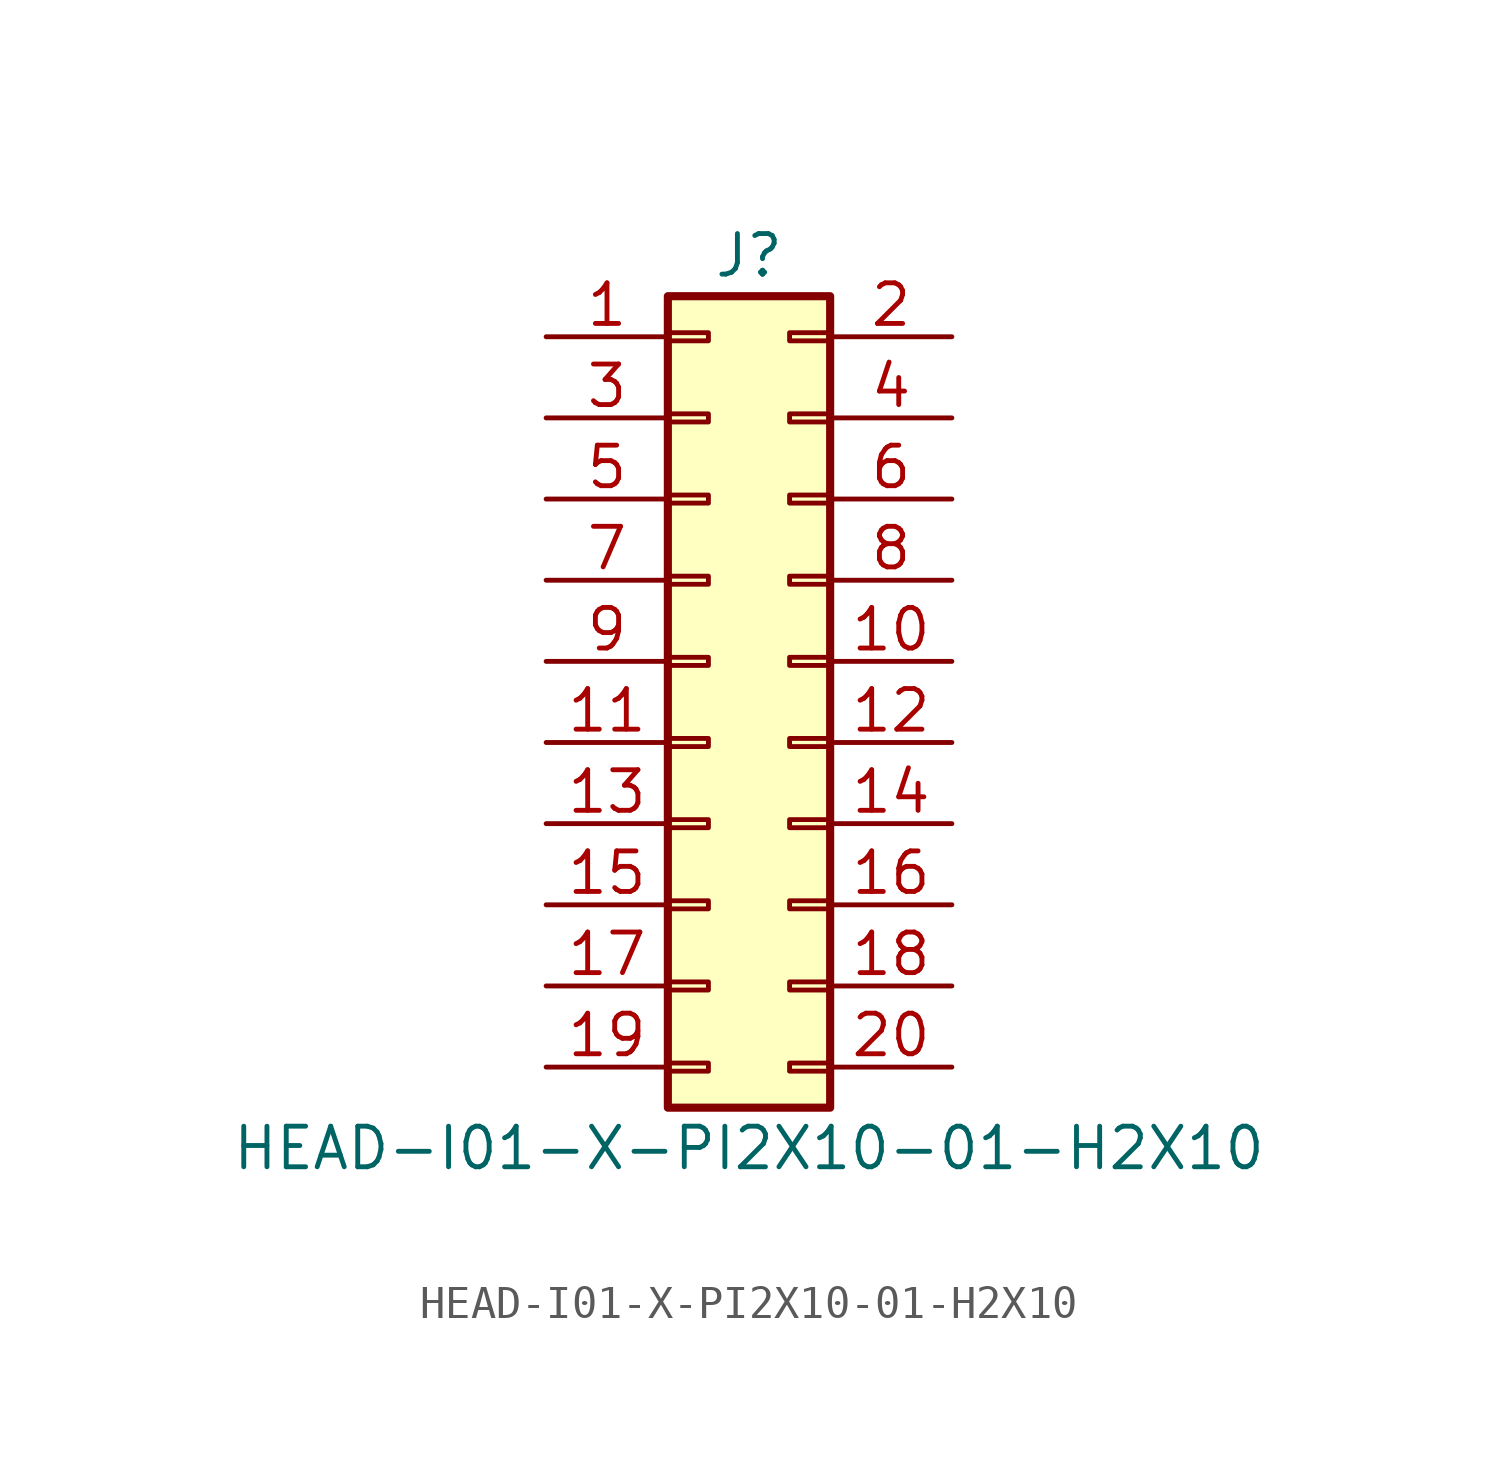
<source format=kicad_sym>
(kicad_symbol_lib
  (version 20211014)
  (generator kicad_symbol_editor)
  (symbol "HEAD-I01-X-PI2X10-01-H2X10"
    (pin_names
      (offset 1.016) hide)
    (property "Reference" "J"
      (at 1.27 12.7 0)
      (effects (font (size 1.27 1.27))))
    (property "Value" "HEAD-I01-X-PI2X10-01-H2X10"
      (at 1.27 -15.24 0)
      (effects (font (size 1.27 1.27))))
    (symbol "HEAD-I01-X-PI2X10-01-H2X10_1_1"
      (rectangle (start -1.27 -12.573) (end 0 -12.827) (stroke (width 0.152) (type default) (color 0 0 0 0)) (fill (type none)))
      (rectangle (start -1.27 -10.033) (end 0 -10.287) (stroke (width 0.152) (type default) (color 0 0 0 0)) (fill (type none)))
      (rectangle (start -1.27 -7.493) (end 0 -7.747) (stroke (width 0.152) (type default) (color 0 0 0 0)) (fill (type none)))
      (rectangle (start -1.27 -4.953) (end 0 -5.207) (stroke (width 0.152) (type default) (color 0 0 0 0)) (fill (type none)))
      (rectangle (start -1.27 -2.413) (end 0 -2.667) (stroke (width 0.152) (type default) (color 0 0 0 0)) (fill (type none)))
      (rectangle (start -1.27 0.127) (end 0 -0.127) (stroke (width 0.152) (type default) (color 0 0 0 0)) (fill (type none)))
      (rectangle (start -1.27 2.667) (end 0 2.413) (stroke (width 0.152) (type default) (color 0 0 0 0)) (fill (type none)))
      (rectangle (start -1.27 5.207) (end 0 4.953) (stroke (width 0.152) (type default) (color 0 0 0 0)) (fill (type none)))
      (rectangle (start -1.27 7.747) (end 0 7.493) (stroke (width 0.152) (type default) (color 0 0 0 0)) (fill (type none)))
      (rectangle (start -1.27 10.287) (end 0 10.033) (stroke (width 0.152) (type default) (color 0 0 0 0)) (fill (type none)))
      (rectangle (start -1.27 11.43) (end 3.81 -13.97) (stroke (width 0.254) (type default) (color 0 0 0 0)) (fill (type background)))
      (rectangle (start 3.81 -12.573) (end 2.54 -12.827) (stroke (width 0.152) (type default) (color 0 0 0 0)) (fill (type none)))
      (rectangle (start 3.81 -10.033) (end 2.54 -10.287) (stroke (width 0.152) (type default) (color 0 0 0 0)) (fill (type none)))
      (rectangle (start 3.81 -7.493) (end 2.54 -7.747) (stroke (width 0.152) (type default) (color 0 0 0 0)) (fill (type none)))
      (rectangle (start 3.81 -4.953) (end 2.54 -5.207) (stroke (width 0.152) (type default) (color 0 0 0 0)) (fill (type none)))
      (rectangle (start 3.81 -2.413) (end 2.54 -2.667) (stroke (width 0.152) (type default) (color 0 0 0 0)) (fill (type none)))
      (rectangle (start 3.81 0.127) (end 2.54 -0.127) (stroke (width 0.152) (type default) (color 0 0 0 0)) (fill (type none)))
      (rectangle (start 3.81 2.667) (end 2.54 2.413) (stroke (width 0.152) (type default) (color 0 0 0 0)) (fill (type none)))
      (rectangle (start 3.81 5.207) (end 2.54 4.953) (stroke (width 0.152) (type default) (color 0 0 0 0)) (fill (type none)))
      (rectangle (start 3.81 7.747) (end 2.54 7.493) (stroke (width 0.152) (type default) (color 0 0 0 0)) (fill (type none)))
      (rectangle (start 3.81 10.287) (end 2.54 10.033) (stroke (width 0.152) (type default) (color 0 0 0 0)) (fill (type none)))
      (pin passive line (at -5.08 10.16 0) (length 3.81) (name "Pin_1" (effects (font (size 1.27 1.27)))) (number "1" (effects (font (size 1.27 1.27)))))
      (pin passive line (at 7.62 0 180) (length 3.81) (name "Pin_10" (effects (font (size 1.27 1.27)))) (number "10" (effects (font (size 1.27 1.27)))))
      (pin passive line (at -5.08 -2.54 0) (length 3.81) (name "Pin_11" (effects (font (size 1.27 1.27)))) (number "11" (effects (font (size 1.27 1.27)))))
      (pin passive line (at 7.62 -2.54 180) (length 3.81) (name "Pin_12" (effects (font (size 1.27 1.27)))) (number "12" (effects (font (size 1.27 1.27)))))
      (pin passive line (at -5.08 -5.08 0) (length 3.81) (name "Pin_13" (effects (font (size 1.27 1.27)))) (number "13" (effects (font (size 1.27 1.27)))))
      (pin passive line (at 7.62 -5.08 180) (length 3.81) (name "Pin_14" (effects (font (size 1.27 1.27)))) (number "14" (effects (font (size 1.27 1.27)))))
      (pin passive line (at -5.08 -7.62 0) (length 3.81) (name "Pin_15" (effects (font (size 1.27 1.27)))) (number "15" (effects (font (size 1.27 1.27)))))
      (pin passive line (at 7.62 -7.62 180) (length 3.81) (name "Pin_16" (effects (font (size 1.27 1.27)))) (number "16" (effects (font (size 1.27 1.27)))))
      (pin passive line (at -5.08 -10.16 0) (length 3.81) (name "Pin_17" (effects (font (size 1.27 1.27)))) (number "17" (effects (font (size 1.27 1.27)))))
      (pin passive line (at 7.62 -10.16 180) (length 3.81) (name "Pin_18" (effects (font (size 1.27 1.27)))) (number "18" (effects (font (size 1.27 1.27)))))
      (pin passive line (at -5.08 -12.7 0) (length 3.81) (name "Pin_19" (effects (font (size 1.27 1.27)))) (number "19" (effects (font (size 1.27 1.27)))))
      (pin passive line (at 7.62 10.16 180) (length 3.81) (name "Pin_2" (effects (font (size 1.27 1.27)))) (number "2" (effects (font (size 1.27 1.27)))))
      (pin passive line (at 7.62 -12.7 180) (length 3.81) (name "Pin_20" (effects (font (size 1.27 1.27)))) (number "20" (effects (font (size 1.27 1.27)))))
      (pin passive line (at -5.08 7.62 0) (length 3.81) (name "Pin_3" (effects (font (size 1.27 1.27)))) (number "3" (effects (font (size 1.27 1.27)))))
      (pin passive line (at 7.62 7.62 180) (length 3.81) (name "Pin_4" (effects (font (size 1.27 1.27)))) (number "4" (effects (font (size 1.27 1.27)))))
      (pin passive line (at -5.08 5.08 0) (length 3.81) (name "Pin_5" (effects (font (size 1.27 1.27)))) (number "5" (effects (font (size 1.27 1.27)))))
      (pin passive line (at 7.62 5.08 180) (length 3.81) (name "Pin_6" (effects (font (size 1.27 1.27)))) (number "6" (effects (font (size 1.27 1.27)))))
      (pin passive line (at -5.08 2.54 0) (length 3.81) (name "Pin_7" (effects (font (size 1.27 1.27)))) (number "7" (effects (font (size 1.27 1.27)))))
      (pin passive line (at 7.62 2.54 180) (length 3.81) (name "Pin_8" (effects (font (size 1.27 1.27)))) (number "8" (effects (font (size 1.27 1.27)))))
      (pin passive line (at -5.08 0 0) (length 3.81) (name "Pin_9" (effects (font (size 1.27 1.27)))) (number "9" (effects (font (size 1.27 1.27))))))))
</source>
